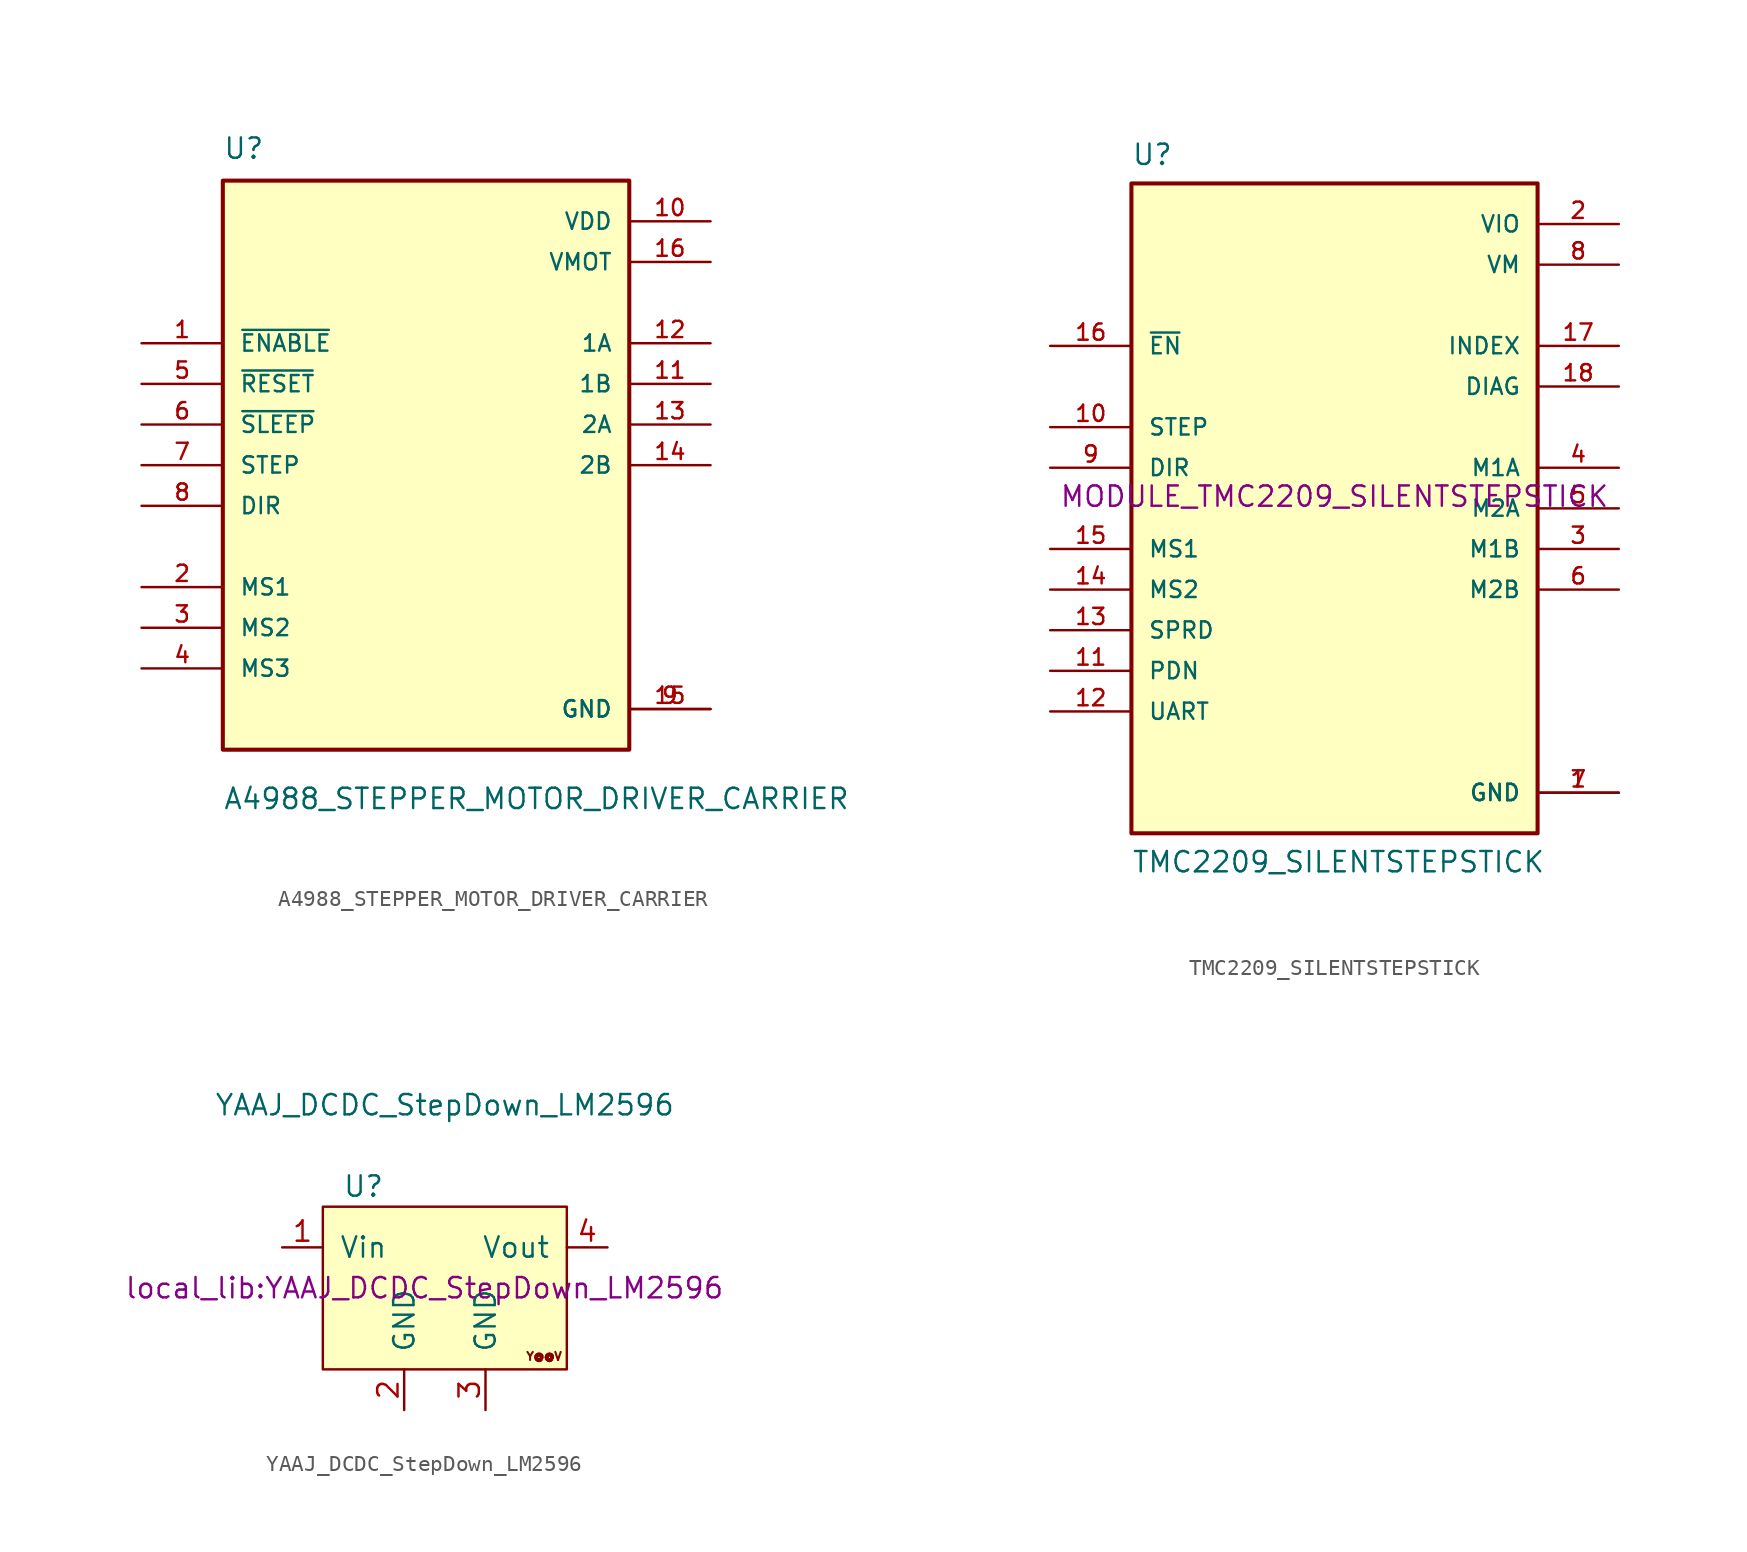
<source format=kicad_sym>
(kicad_symbol_lib
  (version 20220914)
  (generator kicad_symbol_editor)
  (symbol "A4988_STEPPER_MOTOR_DRIVER_CARRIER"
    (pin_names
      (offset 1.016))
    (property "Reference" "U"
      (at -12.7 19.05 0)
      (effects (font (size 1.27 1.27)) (justify left bottom)))
    (property "Value" "A4988_STEPPER_MOTOR_DRIVER_CARRIER"
      (at -12.7 -21.59 0)
      (effects (font (size 1.27 1.27)) (justify left bottom)))
    (symbol "A4988_STEPPER_MOTOR_DRIVER_CARRIER_0_0"
      (rectangle (start -12.7 -17.78) (end 12.7 17.78) (stroke (width 0.254) (type default)) (fill (type background)))
      (pin input line (at -17.78 7.62 0) (length 5.08) (name "~{ENABLE}" (effects (font (size 1.016 1.016)))) (number "1" (effects (font (size 1.016 1.016)))))
      (pin power_in line (at 17.78 15.24 180) (length 5.08) (name "VDD" (effects (font (size 1.016 1.016)))) (number "10" (effects (font (size 1.016 1.016)))))
      (pin output line (at 17.78 5.08 180) (length 5.08) (name "1B" (effects (font (size 1.016 1.016)))) (number "11" (effects (font (size 1.016 1.016)))))
      (pin output line (at 17.78 7.62 180) (length 5.08) (name "1A" (effects (font (size 1.016 1.016)))) (number "12" (effects (font (size 1.016 1.016)))))
      (pin output line (at 17.78 2.54 180) (length 5.08) (name "2A" (effects (font (size 1.016 1.016)))) (number "13" (effects (font (size 1.016 1.016)))))
      (pin output line (at 17.78 0 180) (length 5.08) (name "2B" (effects (font (size 1.016 1.016)))) (number "14" (effects (font (size 1.016 1.016)))))
      (pin power_in line (at 17.78 -15.24 180) (length 5.08) (name "GND" (effects (font (size 1.016 1.016)))) (number "15" (effects (font (size 1.016 1.016)))))
      (pin power_in line (at 17.78 12.7 180) (length 5.08) (name "VMOT" (effects (font (size 1.016 1.016)))) (number "16" (effects (font (size 1.016 1.016)))))
      (pin input line (at -17.78 -7.62 0) (length 5.08) (name "MS1" (effects (font (size 1.016 1.016)))) (number "2" (effects (font (size 1.016 1.016)))))
      (pin input line (at -17.78 -10.16 0) (length 5.08) (name "MS2" (effects (font (size 1.016 1.016)))) (number "3" (effects (font (size 1.016 1.016)))))
      (pin input line (at -17.78 -12.7 0) (length 5.08) (name "MS3" (effects (font (size 1.016 1.016)))) (number "4" (effects (font (size 1.016 1.016)))))
      (pin input line (at -17.78 5.08 0) (length 5.08) (name "~{RESET}" (effects (font (size 1.016 1.016)))) (number "5" (effects (font (size 1.016 1.016)))))
      (pin input line (at -17.78 2.54 0) (length 5.08) (name "~{SLEEP}" (effects (font (size 1.016 1.016)))) (number "6" (effects (font (size 1.016 1.016)))))
      (pin input line (at -17.78 0 0) (length 5.08) (name "STEP" (effects (font (size 1.016 1.016)))) (number "7" (effects (font (size 1.016 1.016)))))
      (pin input line (at -17.78 -2.54 0) (length 5.08) (name "DIR" (effects (font (size 1.016 1.016)))) (number "8" (effects (font (size 1.016 1.016)))))
      (pin power_in line (at 17.78 -15.24 180) (length 5.08) (name "GND" (effects (font (size 1.016 1.016)))) (number "9" (effects (font (size 1.016 1.016)))))))
  (symbol "TMC2209_SILENTSTEPSTICK"
    (pin_names
      (offset 1.016))
    (property "Reference" "U"
      (at -12.7 22.86 0)
      (effects (font (size 1.27 1.27)) (justify left top)))
    (property "Value" "TMC2209_SILENTSTEPSTICK"
      (at -12.7 -22.86 0)
      (effects (font (size 1.27 1.27)) (justify left bottom)))
    (property "Footprint" "MODULE_TMC2209_SILENTSTEPSTICK"
      (at 0 0 0)
      (effects (font (size 1.27 1.27)) (justify bottom)))
    (symbol "TMC2209_SILENTSTEPSTICK_0_0"
      (rectangle (start -12.7 20.32) (end 12.7 -20.32) (stroke (width 0.254) (type default)) (fill (type background)))
      (pin power_in line (at 17.78 -17.78 180) (length 5.08) (name "GND" (effects (font (size 1.016 1.016)))) (number "1" (effects (font (size 1.016 1.016)))))
      (pin input line (at -17.78 5.08 0) (length 5.08) (name "STEP" (effects (font (size 1.016 1.016)))) (number "10" (effects (font (size 1.016 1.016)))))
      (pin bidirectional line (at -17.78 -10.16 0) (length 5.08) (name "PDN" (effects (font (size 1.016 1.016)))) (number "11" (effects (font (size 1.016 1.016)))))
      (pin bidirectional line (at -17.78 -12.7 0) (length 5.08) (name "UART" (effects (font (size 1.016 1.016)))) (number "12" (effects (font (size 1.016 1.016)))))
      (pin input line (at -17.78 -7.62 0) (length 5.08) (name "SPRD" (effects (font (size 1.016 1.016)))) (number "13" (effects (font (size 1.016 1.016)))))
      (pin input line (at -17.78 -5.08 0) (length 5.08) (name "MS2" (effects (font (size 1.016 1.016)))) (number "14" (effects (font (size 1.016 1.016)))))
      (pin input line (at -17.78 -2.54 0) (length 5.08) (name "MS1" (effects (font (size 1.016 1.016)))) (number "15" (effects (font (size 1.016 1.016)))))
      (pin input line (at -17.78 10.16 0) (length 5.08) (name "~{EN}" (effects (font (size 1.016 1.016)))) (number "16" (effects (font (size 1.016 1.016)))))
      (pin output line (at 17.78 10.16 180) (length 5.08) (name "INDEX" (effects (font (size 1.016 1.016)))) (number "17" (effects (font (size 1.016 1.016)))))
      (pin output line (at 17.78 7.62 180) (length 5.08) (name "DIAG" (effects (font (size 1.016 1.016)))) (number "18" (effects (font (size 1.016 1.016)))))
      (pin power_in line (at 17.78 17.78 180) (length 5.08) (name "VIO" (effects (font (size 1.016 1.016)))) (number "2" (effects (font (size 1.016 1.016)))))
      (pin output line (at 17.78 -2.54 180) (length 5.08) (name "M1B" (effects (font (size 1.016 1.016)))) (number "3" (effects (font (size 1.016 1.016)))))
      (pin output line (at 17.78 2.54 180) (length 5.08) (name "M1A" (effects (font (size 1.016 1.016)))) (number "4" (effects (font (size 1.016 1.016)))))
      (pin output line (at 17.78 0 180) (length 5.08) (name "M2A" (effects (font (size 1.016 1.016)))) (number "5" (effects (font (size 1.016 1.016)))))
      (pin output line (at 17.78 -5.08 180) (length 5.08) (name "M2B" (effects (font (size 1.016 1.016)))) (number "6" (effects (font (size 1.016 1.016)))))
      (pin power_in line (at 17.78 -17.78 180) (length 5.08) (name "GND" (effects (font (size 1.016 1.016)))) (number "7" (effects (font (size 1.016 1.016)))))
      (pin power_in line (at 17.78 15.24 180) (length 5.08) (name "VM" (effects (font (size 1.016 1.016)))) (number "8" (effects (font (size 1.016 1.016)))))
      (pin input line (at -17.78 2.54 0) (length 5.08) (name "DIR" (effects (font (size 1.016 1.016)))) (number "9" (effects (font (size 1.016 1.016)))))))
  (symbol "YAAJ_DCDC_StepDown_LM2596"
    (pin_names
      (offset 1.016))
    (property "Reference" "U"
      (at -5.08 6.35 0)
      (effects (font (size 1.27 1.27))))
    (property "Value" "YAAJ_DCDC_StepDown_LM2596"
      (at 0 11.43 0)
      (effects (font (size 1.27 1.27))))
    (property "Footprint" "local_lib:YAAJ_DCDC_StepDown_LM2596"
      (at -1.27 0 0)
      (effects (font (size 1.27 1.27))))
    (symbol "YAAJ_DCDC_StepDown_LM2596_0_1"
      (rectangle (start -7.62 5.08) (end 7.62 -5.08) (stroke (width 0) (type solid)) (fill (type background))))
    (symbol "YAAJ_DCDC_StepDown_LM2596_1_1"
      (text "Y@@V" (at 6.198 -4.267 0) (effects (font (size 0.508 0.508))))
      (pin power_in line (at -10.16 2.54 0) (length 2.54) (name "Vin" (effects (font (size 1.27 1.27)))) (number "1" (effects (font (size 1.27 1.27)))))
      (pin power_in line (at -2.54 -7.62 90) (length 2.54) (name "GND" (effects (font (size 1.27 1.27)))) (number "2" (effects (font (size 1.27 1.27)))))
      (pin power_in line (at 2.54 -7.62 90) (length 2.54) (name "GND" (effects (font (size 1.27 1.27)))) (number "3" (effects (font (size 1.27 1.27)))))
      (pin power_out line (at 10.16 2.54 180) (length 2.54) (name "Vout" (effects (font (size 1.27 1.27)))) (number "4" (effects (font (size 1.27 1.27))))))))
</source>
